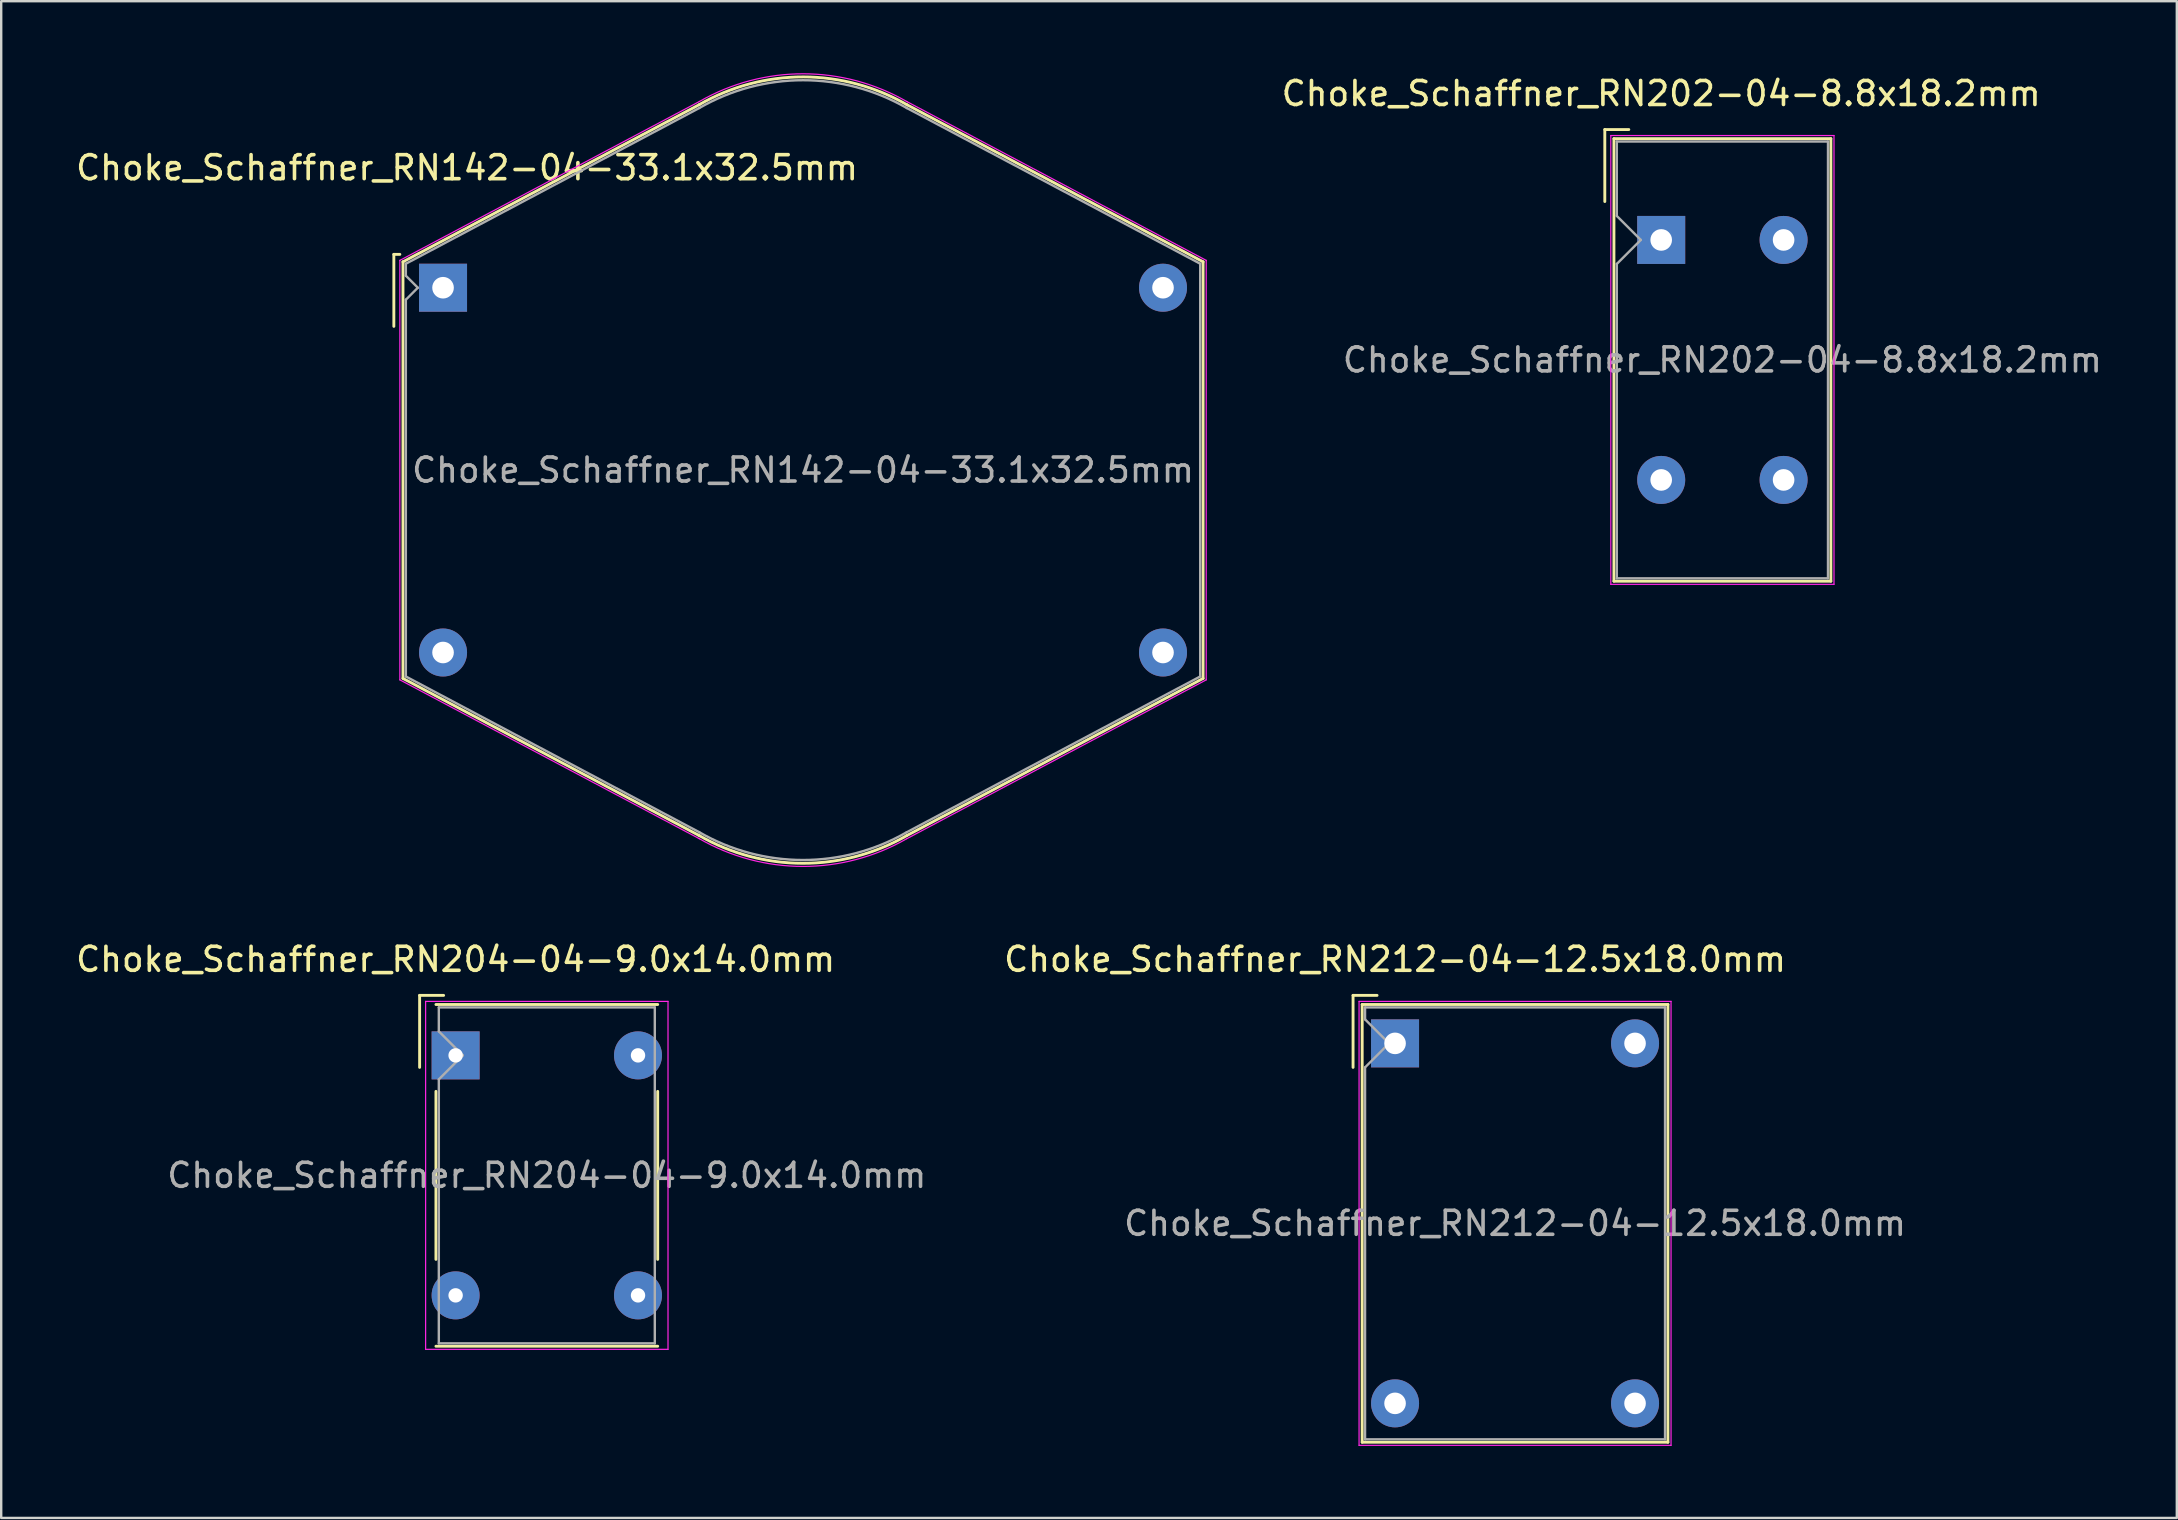
<source format=kicad_pcb>
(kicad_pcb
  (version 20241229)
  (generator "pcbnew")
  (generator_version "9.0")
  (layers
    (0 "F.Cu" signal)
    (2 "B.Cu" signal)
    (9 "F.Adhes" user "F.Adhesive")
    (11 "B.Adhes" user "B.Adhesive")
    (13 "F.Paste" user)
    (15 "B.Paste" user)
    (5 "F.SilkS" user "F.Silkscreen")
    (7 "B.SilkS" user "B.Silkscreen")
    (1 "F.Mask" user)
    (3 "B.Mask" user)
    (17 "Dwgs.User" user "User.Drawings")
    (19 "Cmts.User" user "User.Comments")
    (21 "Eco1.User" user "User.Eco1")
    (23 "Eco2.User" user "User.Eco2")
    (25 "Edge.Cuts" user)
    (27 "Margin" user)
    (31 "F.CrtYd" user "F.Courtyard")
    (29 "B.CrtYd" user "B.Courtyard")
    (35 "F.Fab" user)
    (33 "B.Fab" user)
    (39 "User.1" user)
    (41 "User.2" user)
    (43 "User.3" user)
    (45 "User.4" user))
  (footprint "Choke_Schaffner_RN204-04-9.0x14.0mm"
    (layer "F.Cu")
    (at 15.935 40.926)
    (property "Reference" "Choke_Schaffner_RN204-04-9.0x14.0mm" (at 0 -4 0) (layer "F.SilkS") (effects (font (size 1 1) (thickness 0.15))))
    (attr through_hole)
    (fp_line (start -1.5 -2.5) (end -1.5 0.5) (stroke (width 0.12) (type solid)) (layer "F.SilkS"))
    (fp_line (start -1.5 -2.5) (end -0.5 -2.5) (stroke (width 0.12) (type solid)) (layer "F.SilkS"))
    (fp_line (start -0.82 -2.12) (end 8.42 -2.12) (stroke (width 0.12) (type solid)) (layer "F.SilkS"))
    (fp_line (start -0.82 1.5) (end -0.82 8.5) (stroke (width 0.12) (type solid)) (layer "F.SilkS"))
    (fp_line (start 8.42 1.5) (end 8.42 8.5) (stroke (width 0.12) (type solid)) (layer "F.SilkS"))
    (fp_line (start 8.42 12.12) (end -0.82 12.12) (stroke (width 0.12) (type solid)) (layer "F.SilkS"))
    (fp_line (start -1.25 -2.25) (end -1.25 12.25) (stroke (width 0.05) (type solid)) (layer "F.CrtYd"))
    (fp_line (start -1.25 12.25) (end 8.85 12.25) (stroke (width 0.05) (type solid)) (layer "F.CrtYd"))
    (fp_line (start 8.85 -2.25) (end -1.25 -2.25) (stroke (width 0.05) (type solid)) (layer "F.CrtYd"))
    (fp_line (start 8.85 12.25) (end 8.85 -2.25) (stroke (width 0.05) (type solid)) (layer "F.CrtYd"))
    (fp_line (start -0.7 -2) (end 8.3 -2) (stroke (width 0.1) (type solid)) (layer "F.Fab"))
    (fp_line (start -0.7 -1) (end -0.7 -2) (stroke (width 0.1) (type solid)) (layer "F.Fab"))
    (fp_line (start -0.7 1) (end 0.3 0) (stroke (width 0.1) (type solid)) (layer "F.Fab"))
    (fp_line (start -0.7 12) (end -0.7 1) (stroke (width 0.1) (type solid)) (layer "F.Fab"))
    (fp_line (start 0.3 0) (end -0.7 -1) (stroke (width 0.1) (type solid)) (layer "F.Fab"))
    (fp_line (start 8.3 -2) (end 8.3 12) (stroke (width 0.1) (type solid)) (layer "F.Fab"))
    (fp_line (start 8.3 12) (end -0.7 12) (stroke (width 0.1) (type solid)) (layer "F.Fab"))
    (fp_text user "${REFERENCE}" (at 3.8 5 0) (layer "F.Fab") (effects (font (size 1 1) (thickness 0.15))))
    (pad "1" thru_hole rect (at 0 0) (size 2 2) (drill 0.6) (layers "*.Cu" "*.Mask"))
    (pad "2" thru_hole circle (at 7.6 0) (size 2 2) (drill 0.6) (layers "*.Cu" "*.Mask"))
    (pad "3" thru_hole circle (at 0 10) (size 2 2) (drill 0.6) (layers "*.Cu" "*.Mask"))
    (pad "4" thru_hole circle (at 7.6 10) (size 2 2) (drill 0.6) (layers "*.Cu" "*.Mask")))
  (footprint "Choke_Schaffner_RN202-04-8.8x18.2mm"
    (layer "F.Cu")
    (at 66.17 6.948)
    (property "Reference" "Choke_Schaffner_RN202-04-8.8x18.2mm" (at 0 -6.1 0) (layer "F.SilkS") (effects (font (size 1 1) (thickness 0.15))))
    (attr through_hole)
    (fp_line (start -2.35 -4.6) (end -2.35 -1.6) (stroke (width 0.12) (type solid)) (layer "F.SilkS"))
    (fp_line (start -2.35 -4.6) (end -1.35 -4.6) (stroke (width 0.12) (type solid)) (layer "F.SilkS"))
    (fp_line (start -1.97 -4.22) (end 7.07 -4.22) (stroke (width 0.12) (type solid)) (layer "F.SilkS"))
    (fp_line (start -1.97 14.22) (end -1.97 -4.22) (stroke (width 0.12) (type solid)) (layer "F.SilkS"))
    (fp_line (start 7.07 -4.22) (end 7.07 14.22) (stroke (width 0.12) (type solid)) (layer "F.SilkS"))
    (fp_line (start 7.07 14.22) (end -1.97 14.22) (stroke (width 0.12) (type solid)) (layer "F.SilkS"))
    (fp_line (start -2.1 -4.35) (end -2.1 14.35) (stroke (width 0.05) (type solid)) (layer "F.CrtYd"))
    (fp_line (start -2.1 14.35) (end 7.2 14.35) (stroke (width 0.05) (type solid)) (layer "F.CrtYd"))
    (fp_line (start 7.2 -4.35) (end -2.1 -4.35) (stroke (width 0.05) (type solid)) (layer "F.CrtYd"))
    (fp_line (start 7.2 14.35) (end 7.2 -4.35) (stroke (width 0.05) (type solid)) (layer "F.CrtYd"))
    (fp_line (start -1.85 -4.1) (end 6.95 -4.1) (stroke (width 0.1) (type solid)) (layer "F.Fab"))
    (fp_line (start -1.85 -1) (end -1.85 -4.1) (stroke (width 0.1) (type solid)) (layer "F.Fab"))
    (fp_line (start -1.85 1) (end -0.85 0) (stroke (width 0.1) (type solid)) (layer "F.Fab"))
    (fp_line (start -1.85 14.1) (end -1.85 1) (stroke (width 0.1) (type solid)) (layer "F.Fab"))
    (fp_line (start -0.85 0) (end -1.85 -1) (stroke (width 0.1) (type solid)) (layer "F.Fab"))
    (fp_line (start 6.95 -4.1) (end 6.95 14.1) (stroke (width 0.1) (type solid)) (layer "F.Fab"))
    (fp_line (start 6.95 14.1) (end -1.85 14.1) (stroke (width 0.1) (type solid)) (layer "F.Fab"))
    (fp_text user "${REFERENCE}" (at 2.55 5 0) (layer "F.Fab") (effects (font (size 1 1) (thickness 0.15))))
    (pad "1" thru_hole rect (at 0 0) (size 2 2) (drill 0.9) (layers "*.Cu" "*.Mask"))
    (pad "2" thru_hole circle (at 5.1 0) (size 2 2) (drill 0.9) (layers "*.Cu" "*.Mask"))
    (pad "3" thru_hole circle (at 0 10) (size 2 2) (drill 0.9) (layers "*.Cu" "*.Mask"))
    (pad "4" thru_hole circle (at 5.1 10) (size 2 2) (drill 0.9) (layers "*.Cu" "*.Mask")))
  (footprint "Choke_Schaffner_RN142-04-33.1x32.5mm"
    (layer "F.Cu")
    (at 15.411 8.939)
    (property "Reference" "Choke_Schaffner_RN142-04-33.1x32.5mm" (at 1 -5 0) (layer "F.SilkS") (effects (font (size 1 1) (thickness 0.15))))
    (attr through_hole)
    (fp_line (start -2.05 -1.39) (end -2.05 1.61) (stroke (width 0.12) (type solid)) (layer "F.SilkS"))
    (fp_line (start -2.05 -1.39) (end -1.8 -1.39) (stroke (width 0.12) (type solid)) (layer "F.SilkS"))
    (fp_line (start -1.67 -1.08) (end 10.68 -7.63) (stroke (width 0.12) (type solid)) (layer "F.SilkS"))
    (fp_line (start -1.67 16.28) (end -1.67 -1.08) (stroke (width 0.12) (type solid)) (layer "F.SilkS"))
    (fp_line (start 10.68 22.83) (end -1.67 16.28) (stroke (width 0.12) (type solid)) (layer "F.SilkS"))
    (fp_line (start 19.32 -7.63) (end 31.67 -1.08) (stroke (width 0.12) (type solid)) (layer "F.SilkS"))
    (fp_line (start 31.67 -1.08) (end 31.67 16.28) (stroke (width 0.12) (type solid)) (layer "F.SilkS"))
    (fp_line (start 31.67 16.28) (end 19.32 22.83) (stroke (width 0.12) (type solid)) (layer "F.SilkS"))
    (fp_arc (start 10.68 -7.63) (mid 15.01377 -8.783851) (end 19.343851 -7.61623) (stroke (width 0.12) (type solid)) (layer "F.SilkS"))
    (fp_arc (start 19.32 22.83) (mid 14.98623 23.983851) (end 10.656149 22.81623) (stroke (width 0.12) (type solid)) (layer "F.SilkS"))
    (fp_line (start -1.8 -1.14) (end 10.68 -7.76) (stroke (width 0.05) (type solid)) (layer "F.CrtYd"))
    (fp_line (start -1.8 16.34) (end -1.8 -1.14) (stroke (width 0.05) (type solid)) (layer "F.CrtYd"))
    (fp_line (start 10.68 22.96) (end -1.8 16.34) (stroke (width 0.05) (type solid)) (layer "F.CrtYd"))
    (fp_line (start 19.32 -7.76) (end 31.8 -1.14) (stroke (width 0.05) (type solid)) (layer "F.CrtYd"))
    (fp_line (start 31.8 -1.14) (end 31.8 16.34) (stroke (width 0.05) (type solid)) (layer "F.CrtYd"))
    (fp_line (start 31.8 16.34) (end 19.32 22.96) (stroke (width 0.05) (type solid)) (layer "F.CrtYd"))
    (fp_arc (start 10.68 -7.76) (mid 15.01377 -8.913851) (end 19.343851 -7.74623) (stroke (width 0.05) (type solid)) (layer "F.CrtYd"))
    (fp_arc (start 19.32 22.96) (mid 14.98623 24.113851) (end 10.656149 22.94623) (stroke (width 0.05) (type solid)) (layer "F.CrtYd"))
    (fp_line (start -1.55 -1) (end 10.68 -7.49) (stroke (width 0.1) (type solid)) (layer "F.Fab"))
    (fp_line (start -1.55 -0.5) (end -1.55 -1) (stroke (width 0.1) (type solid)) (layer "F.Fab"))
    (fp_line (start -1.55 0.5) (end -1.05 0) (stroke (width 0.1) (type solid)) (layer "F.Fab"))
    (fp_line (start -1.55 16.2) (end -1.55 0.5) (stroke (width 0.1) (type solid)) (layer "F.Fab"))
    (fp_line (start -1.05 0) (end -1.55 -0.5) (stroke (width 0.1) (type solid)) (layer "F.Fab"))
    (fp_line (start 10.68 22.69) (end -1.55 16.2) (stroke (width 0.1) (type solid)) (layer "F.Fab"))
    (fp_line (start 19.32 -7.49) (end 31.55 -1) (stroke (width 0.1) (type solid)) (layer "F.Fab"))
    (fp_line (start 31.55 -1) (end 31.55 16.2) (stroke (width 0.1) (type solid)) (layer "F.Fab"))
    (fp_line (start 31.55 16.2) (end 19.32 22.69) (stroke (width 0.1) (type solid)) (layer "F.Fab"))
    (fp_arc (start 10.68 -7.49) (mid 15.00377 -8.64653) (end 19.32653 -7.48623) (stroke (width 0.1) (type solid)) (layer "F.Fab"))
    (fp_arc (start 19.32 22.69) (mid 14.99623 23.84653) (end 10.67347 22.68623) (stroke (width 0.1) (type solid)) (layer "F.Fab"))
    (fp_text user "${REFERENCE}" (at 15 7.6 0) (layer "F.Fab") (effects (font (size 1 1) (thickness 0.15))))
    (pad "1" thru_hole rect (at 0 0) (size 2 2) (drill 0.9) (layers "*.Cu" "*.Mask"))
    (pad "2" thru_hole circle (at 30 0) (size 2 2) (drill 0.9) (layers "*.Cu" "*.Mask"))
    (pad "3" thru_hole circle (at 0 15.2) (size 2 2) (drill 0.9) (layers "*.Cu" "*.Mask"))
    (pad "4" thru_hole circle (at 30 15.2) (size 2 2) (drill 0.9) (layers "*.Cu" "*.Mask")))
  (footprint "Choke_Schaffner_RN212-04-12.5x18.0mm"
    (layer "F.Cu")
    (at 55.08 40.426)
    (property "Reference" "Choke_Schaffner_RN212-04-12.5x18.0mm" (at 0 -3.5 0) (layer "F.SilkS") (effects (font (size 1 1) (thickness 0.15))))
    (attr through_hole)
    (fp_line (start -1.75 -2) (end -1.75 1) (stroke (width 0.12) (type solid)) (layer "F.SilkS"))
    (fp_line (start -1.75 -2) (end -0.75 -2) (stroke (width 0.12) (type solid)) (layer "F.SilkS"))
    (fp_line (start -1.37 -1.62) (end 11.37 -1.62) (stroke (width 0.12) (type solid)) (layer "F.SilkS"))
    (fp_line (start -1.37 16.62) (end -1.37 -1.62) (stroke (width 0.12) (type solid)) (layer "F.SilkS"))
    (fp_line (start 11.37 -1.62) (end 11.37 16.62) (stroke (width 0.12) (type solid)) (layer "F.SilkS"))
    (fp_line (start 11.37 16.62) (end -1.37 16.62) (stroke (width 0.12) (type solid)) (layer "F.SilkS"))
    (fp_line (start -1.5 -1.75) (end -1.5 16.75) (stroke (width 0.05) (type solid)) (layer "F.CrtYd"))
    (fp_line (start -1.5 16.75) (end 11.5 16.75) (stroke (width 0.05) (type solid)) (layer "F.CrtYd"))
    (fp_line (start 11.5 -1.75) (end -1.5 -1.75) (stroke (width 0.05) (type solid)) (layer "F.CrtYd"))
    (fp_line (start 11.5 16.75) (end 11.5 -1.75) (stroke (width 0.05) (type solid)) (layer "F.CrtYd"))
    (fp_line (start -1.25 -1.5) (end 11.25 -1.5) (stroke (width 0.1) (type solid)) (layer "F.Fab"))
    (fp_line (start -1.25 -1) (end -1.25 -1.5) (stroke (width 0.1) (type solid)) (layer "F.Fab"))
    (fp_line (start -1.25 1) (end -0.25 0) (stroke (width 0.1) (type solid)) (layer "F.Fab"))
    (fp_line (start -1.25 16.5) (end -1.25 1) (stroke (width 0.1) (type solid)) (layer "F.Fab"))
    (fp_line (start -0.25 0) (end -1.25 -1) (stroke (width 0.1) (type solid)) (layer "F.Fab"))
    (fp_line (start 11.25 -1.5) (end 11.25 16.5) (stroke (width 0.1) (type solid)) (layer "F.Fab"))
    (fp_line (start 11.25 16.5) (end -1.25 16.5) (stroke (width 0.1) (type solid)) (layer "F.Fab"))
    (fp_text user "${REFERENCE}" (at 5 7.5 0) (layer "F.Fab") (effects (font (size 1 1) (thickness 0.15))))
    (pad "1" thru_hole rect (at 0 0) (size 2 2) (drill 0.9) (layers "*.Cu" "*.Mask"))
    (pad "2" thru_hole circle (at 10 0) (size 2 2) (drill 0.9) (layers "*.Cu" "*.Mask"))
    (pad "3" thru_hole circle (at 0 15) (size 2 2) (drill 0.9) (layers "*.Cu" "*.Mask"))
    (pad "4" thru_hole circle (at 10 15) (size 2 2) (drill 0.9) (layers "*.Cu" "*.Mask")))
  (gr_rect
    (start -3 -3)
    (end 87.655 60.201)
    (stroke (width 0.1) (type default))
    (fill no)
    (layer "Edge.Cuts")))
</source>
